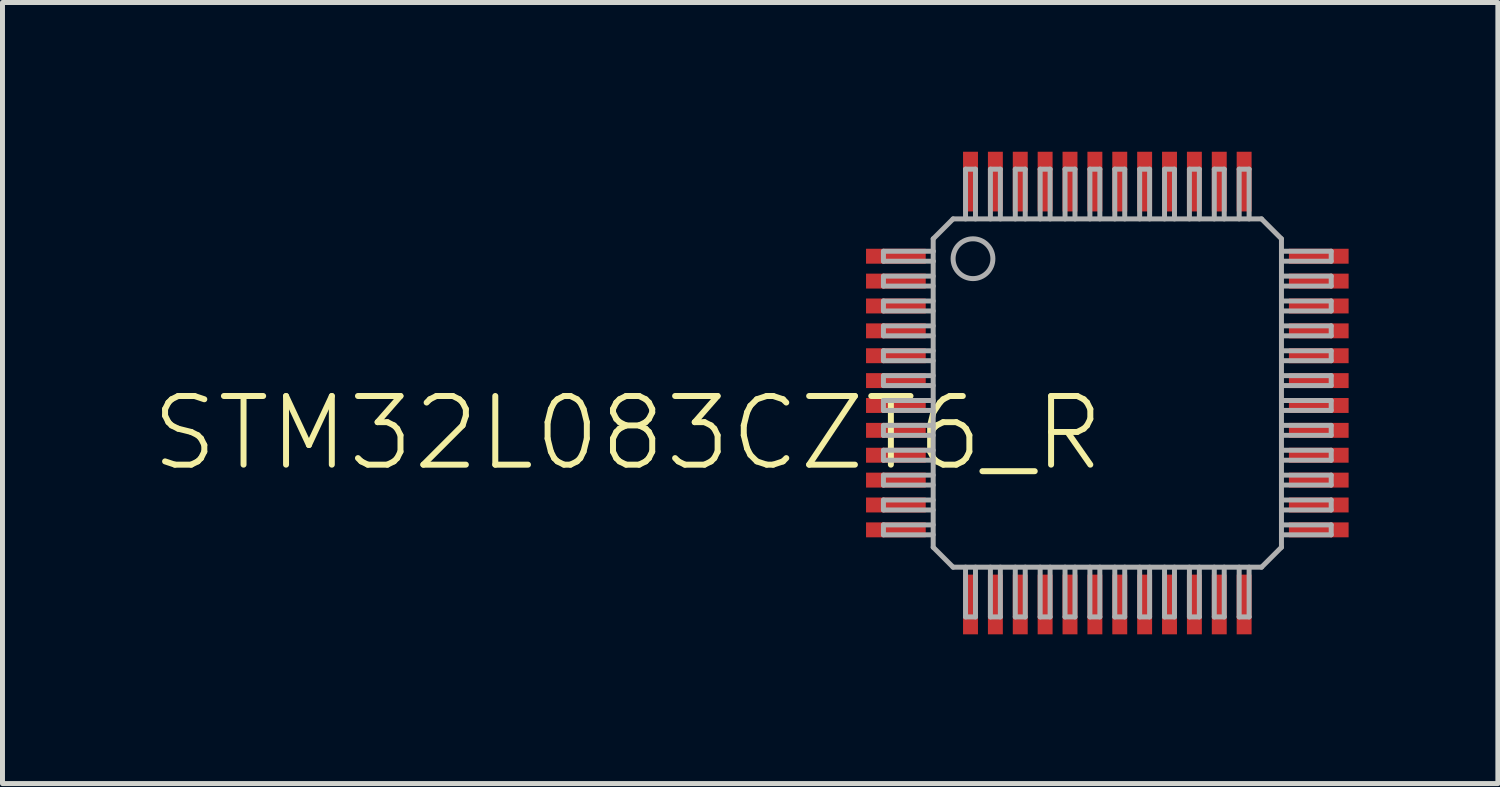
<source format=kicad_pcb>
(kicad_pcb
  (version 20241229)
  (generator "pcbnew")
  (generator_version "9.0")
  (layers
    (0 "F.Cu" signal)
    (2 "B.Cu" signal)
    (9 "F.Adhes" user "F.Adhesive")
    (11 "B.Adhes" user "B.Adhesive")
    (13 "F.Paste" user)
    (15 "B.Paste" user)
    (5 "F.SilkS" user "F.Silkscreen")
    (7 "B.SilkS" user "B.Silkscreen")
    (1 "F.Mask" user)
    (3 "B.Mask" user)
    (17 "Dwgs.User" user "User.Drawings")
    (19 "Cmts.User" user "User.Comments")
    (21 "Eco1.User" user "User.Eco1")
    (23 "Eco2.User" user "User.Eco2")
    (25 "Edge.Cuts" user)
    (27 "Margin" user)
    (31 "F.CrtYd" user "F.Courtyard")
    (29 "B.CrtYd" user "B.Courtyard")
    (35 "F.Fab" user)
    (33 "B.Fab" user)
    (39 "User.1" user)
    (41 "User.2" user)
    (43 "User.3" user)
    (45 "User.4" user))
  (footprint "STM32L083CZT6_R"
    (layer "F.Cu")
    (at 19.207 4.85)
    (property "Reference" "STM32L083CZT6_R" (at 0 0 0) (unlocked yes) (layer "F.SilkS") (effects (font (size 1.38 1.38) (thickness 0.12)) (justify right top)))
    (fp_line (start -4.5 -2.85) (end -4.5 -2.65) (stroke (width 0.1) (type solid)) (layer "F.Fab"))
    (fp_line (start -4.5 -2.65) (end -3.5 -2.65) (stroke (width 0.1) (type solid)) (layer "F.Fab"))
    (fp_line (start -4.5 -2.35) (end -4.5 -2.15) (stroke (width 0.1) (type solid)) (layer "F.Fab"))
    (fp_line (start -4.5 -2.15) (end -3.5 -2.15) (stroke (width 0.1) (type solid)) (layer "F.Fab"))
    (fp_line (start -4.5 -1.85) (end -4.5 -1.65) (stroke (width 0.1) (type solid)) (layer "F.Fab"))
    (fp_line (start -4.5 -1.65) (end -3.5 -1.65) (stroke (width 0.1) (type solid)) (layer "F.Fab"))
    (fp_line (start -4.5 -1.35) (end -4.5 -1.15) (stroke (width 0.1) (type solid)) (layer "F.Fab"))
    (fp_line (start -4.5 -1.15) (end -3.5 -1.15) (stroke (width 0.1) (type solid)) (layer "F.Fab"))
    (fp_line (start -4.5 -0.85) (end -4.5 -0.65) (stroke (width 0.1) (type solid)) (layer "F.Fab"))
    (fp_line (start -4.5 -0.65) (end -3.5 -0.65) (stroke (width 0.1) (type solid)) (layer "F.Fab"))
    (fp_line (start -4.5 -0.35) (end -4.5 -0.15) (stroke (width 0.1) (type solid)) (layer "F.Fab"))
    (fp_line (start -4.5 -0.15) (end -3.5 -0.15) (stroke (width 0.1) (type solid)) (layer "F.Fab"))
    (fp_line (start -4.5 0.15) (end -4.5 0.35) (stroke (width 0.1) (type solid)) (layer "F.Fab"))
    (fp_line (start -4.5 0.35) (end -3.5 0.35) (stroke (width 0.1) (type solid)) (layer "F.Fab"))
    (fp_line (start -4.5 0.65) (end -4.5 0.85) (stroke (width 0.1) (type solid)) (layer "F.Fab"))
    (fp_line (start -4.5 0.85) (end -3.5 0.85) (stroke (width 0.1) (type solid)) (layer "F.Fab"))
    (fp_line (start -4.5 1.15) (end -4.5 1.35) (stroke (width 0.1) (type solid)) (layer "F.Fab"))
    (fp_line (start -4.5 1.35) (end -3.5 1.35) (stroke (width 0.1) (type solid)) (layer "F.Fab"))
    (fp_line (start -4.5 1.65) (end -4.5 1.85) (stroke (width 0.1) (type solid)) (layer "F.Fab"))
    (fp_line (start -4.5 1.85) (end -3.5 1.85) (stroke (width 0.1) (type solid)) (layer "F.Fab"))
    (fp_line (start -4.5 2.15) (end -4.5 2.35) (stroke (width 0.1) (type solid)) (layer "F.Fab"))
    (fp_line (start -4.5 2.35) (end -3.5 2.35) (stroke (width 0.1) (type solid)) (layer "F.Fab"))
    (fp_line (start -4.5 2.65) (end -4.5 2.85) (stroke (width 0.1) (type solid)) (layer "F.Fab"))
    (fp_line (start -4.5 2.85) (end -3.5 2.85) (stroke (width 0.1) (type solid)) (layer "F.Fab"))
    (fp_line (start -3.5 -3.1) (end -3.1 -3.5) (stroke (width 0.1) (type solid)) (layer "F.Fab"))
    (fp_line (start -3.5 -2.85) (end -4.5 -2.85) (stroke (width 0.1) (type solid)) (layer "F.Fab"))
    (fp_line (start -3.5 -2.85) (end -3.5 -3.1) (stroke (width 0.1) (type solid)) (layer "F.Fab"))
    (fp_line (start -3.5 -2.65) (end -3.5 -2.85) (stroke (width 0.1) (type solid)) (layer "F.Fab"))
    (fp_line (start -3.5 -2.35) (end -4.5 -2.35) (stroke (width 0.1) (type solid)) (layer "F.Fab"))
    (fp_line (start -3.5 -1.85) (end -4.5 -1.85) (stroke (width 0.1) (type solid)) (layer "F.Fab"))
    (fp_line (start -3.5 -1.35) (end -4.5 -1.35) (stroke (width 0.1) (type solid)) (layer "F.Fab"))
    (fp_line (start -3.5 -0.85) (end -4.5 -0.85) (stroke (width 0.1) (type solid)) (layer "F.Fab"))
    (fp_line (start -3.5 -0.35) (end -4.5 -0.35) (stroke (width 0.1) (type solid)) (layer "F.Fab"))
    (fp_line (start -3.5 0.15) (end -4.5 0.15) (stroke (width 0.1) (type solid)) (layer "F.Fab"))
    (fp_line (start -3.5 0.65) (end -4.5 0.65) (stroke (width 0.1) (type solid)) (layer "F.Fab"))
    (fp_line (start -3.5 1.15) (end -4.5 1.15) (stroke (width 0.1) (type solid)) (layer "F.Fab"))
    (fp_line (start -3.5 1.65) (end -4.5 1.65) (stroke (width 0.1) (type solid)) (layer "F.Fab"))
    (fp_line (start -3.5 2.15) (end -4.5 2.15) (stroke (width 0.1) (type solid)) (layer "F.Fab"))
    (fp_line (start -3.5 2.65) (end -4.5 2.65) (stroke (width 0.1) (type solid)) (layer "F.Fab"))
    (fp_line (start -3.5 3.1) (end -3.5 -2.65) (stroke (width 0.1) (type solid)) (layer "F.Fab"))
    (fp_line (start -3.1 -3.5) (end 3.1 -3.5) (stroke (width 0.1) (type solid)) (layer "F.Fab"))
    (fp_line (start -3.1 3.5) (end -3.5 3.1) (stroke (width 0.1) (type solid)) (layer "F.Fab"))
    (fp_line (start -2.85 -4.5) (end -2.85 -3.5) (stroke (width 0.1) (type solid)) (layer "F.Fab"))
    (fp_line (start -2.85 3.5) (end -2.85 4.5) (stroke (width 0.1) (type solid)) (layer "F.Fab"))
    (fp_line (start -2.85 4.5) (end -2.65 4.5) (stroke (width 0.1) (type solid)) (layer "F.Fab"))
    (fp_line (start -2.65 -4.5) (end -2.85 -4.5) (stroke (width 0.1) (type solid)) (layer "F.Fab"))
    (fp_line (start -2.65 -3.5) (end -2.65 -4.5) (stroke (width 0.1) (type solid)) (layer "F.Fab"))
    (fp_line (start -2.65 4.5) (end -2.65 3.5) (stroke (width 0.1) (type solid)) (layer "F.Fab"))
    (fp_line (start -2.35 -4.5) (end -2.35 -3.5) (stroke (width 0.1) (type solid)) (layer "F.Fab"))
    (fp_line (start -2.35 3.5) (end -2.35 4.5) (stroke (width 0.1) (type solid)) (layer "F.Fab"))
    (fp_line (start -2.35 4.5) (end -2.15 4.5) (stroke (width 0.1) (type solid)) (layer "F.Fab"))
    (fp_line (start -2.15 -4.5) (end -2.35 -4.5) (stroke (width 0.1) (type solid)) (layer "F.Fab"))
    (fp_line (start -2.15 -3.5) (end -2.15 -4.5) (stroke (width 0.1) (type solid)) (layer "F.Fab"))
    (fp_line (start -2.15 4.5) (end -2.15 3.5) (stroke (width 0.1) (type solid)) (layer "F.Fab"))
    (fp_line (start -1.85 -4.5) (end -1.85 -3.5) (stroke (width 0.1) (type solid)) (layer "F.Fab"))
    (fp_line (start -1.85 3.5) (end -1.85 4.5) (stroke (width 0.1) (type solid)) (layer "F.Fab"))
    (fp_line (start -1.85 4.5) (end -1.65 4.5) (stroke (width 0.1) (type solid)) (layer "F.Fab"))
    (fp_line (start -1.65 -4.5) (end -1.85 -4.5) (stroke (width 0.1) (type solid)) (layer "F.Fab"))
    (fp_line (start -1.65 -3.5) (end -1.65 -4.5) (stroke (width 0.1) (type solid)) (layer "F.Fab"))
    (fp_line (start -1.65 4.5) (end -1.65 3.5) (stroke (width 0.1) (type solid)) (layer "F.Fab"))
    (fp_line (start -1.35 -4.5) (end -1.35 -3.5) (stroke (width 0.1) (type solid)) (layer "F.Fab"))
    (fp_line (start -1.35 3.5) (end -1.35 4.5) (stroke (width 0.1) (type solid)) (layer "F.Fab"))
    (fp_line (start -1.35 4.5) (end -1.15 4.5) (stroke (width 0.1) (type solid)) (layer "F.Fab"))
    (fp_line (start -1.15 -4.5) (end -1.35 -4.5) (stroke (width 0.1) (type solid)) (layer "F.Fab"))
    (fp_line (start -1.15 -3.5) (end -1.15 -4.5) (stroke (width 0.1) (type solid)) (layer "F.Fab"))
    (fp_line (start -1.15 4.5) (end -1.15 3.5) (stroke (width 0.1) (type solid)) (layer "F.Fab"))
    (fp_line (start -0.85 -4.5) (end -0.85 -3.5) (stroke (width 0.1) (type solid)) (layer "F.Fab"))
    (fp_line (start -0.85 3.5) (end -0.85 4.5) (stroke (width 0.1) (type solid)) (layer "F.Fab"))
    (fp_line (start -0.85 4.5) (end -0.65 4.5) (stroke (width 0.1) (type solid)) (layer "F.Fab"))
    (fp_line (start -0.65 -4.5) (end -0.85 -4.5) (stroke (width 0.1) (type solid)) (layer "F.Fab"))
    (fp_line (start -0.65 -3.5) (end -0.65 -4.5) (stroke (width 0.1) (type solid)) (layer "F.Fab"))
    (fp_line (start -0.65 4.5) (end -0.65 3.5) (stroke (width 0.1) (type solid)) (layer "F.Fab"))
    (fp_line (start -0.35 -4.5) (end -0.35 -3.5) (stroke (width 0.1) (type solid)) (layer "F.Fab"))
    (fp_line (start -0.35 3.5) (end -0.35 4.5) (stroke (width 0.1) (type solid)) (layer "F.Fab"))
    (fp_line (start -0.35 4.5) (end -0.15 4.5) (stroke (width 0.1) (type solid)) (layer "F.Fab"))
    (fp_line (start -0.15 -4.5) (end -0.35 -4.5) (stroke (width 0.1) (type solid)) (layer "F.Fab"))
    (fp_line (start -0.15 -3.5) (end -0.15 -4.5) (stroke (width 0.1) (type solid)) (layer "F.Fab"))
    (fp_line (start -0.15 4.5) (end -0.15 3.5) (stroke (width 0.1) (type solid)) (layer "F.Fab"))
    (fp_line (start 0.15 -4.5) (end 0.15 -3.5) (stroke (width 0.1) (type solid)) (layer "F.Fab"))
    (fp_line (start 0.15 3.5) (end 0.15 4.5) (stroke (width 0.1) (type solid)) (layer "F.Fab"))
    (fp_line (start 0.15 4.5) (end 0.35 4.5) (stroke (width 0.1) (type solid)) (layer "F.Fab"))
    (fp_line (start 0.35 -4.5) (end 0.15 -4.5) (stroke (width 0.1) (type solid)) (layer "F.Fab"))
    (fp_line (start 0.35 -3.5) (end 0.35 -4.5) (stroke (width 0.1) (type solid)) (layer "F.Fab"))
    (fp_line (start 0.35 4.5) (end 0.35 3.5) (stroke (width 0.1) (type solid)) (layer "F.Fab"))
    (fp_line (start 0.65 -4.5) (end 0.65 -3.5) (stroke (width 0.1) (type solid)) (layer "F.Fab"))
    (fp_line (start 0.65 3.5) (end 0.65 4.5) (stroke (width 0.1) (type solid)) (layer "F.Fab"))
    (fp_line (start 0.65 4.5) (end 0.85 4.5) (stroke (width 0.1) (type solid)) (layer "F.Fab"))
    (fp_line (start 0.85 -4.5) (end 0.65 -4.5) (stroke (width 0.1) (type solid)) (layer "F.Fab"))
    (fp_line (start 0.85 -3.5) (end 0.85 -4.5) (stroke (width 0.1) (type solid)) (layer "F.Fab"))
    (fp_line (start 0.85 4.5) (end 0.85 3.5) (stroke (width 0.1) (type solid)) (layer "F.Fab"))
    (fp_line (start 1.15 -4.5) (end 1.15 -3.5) (stroke (width 0.1) (type solid)) (layer "F.Fab"))
    (fp_line (start 1.15 3.5) (end 1.15 4.5) (stroke (width 0.1) (type solid)) (layer "F.Fab"))
    (fp_line (start 1.15 4.5) (end 1.35 4.5) (stroke (width 0.1) (type solid)) (layer "F.Fab"))
    (fp_line (start 1.35 -4.5) (end 1.15 -4.5) (stroke (width 0.1) (type solid)) (layer "F.Fab"))
    (fp_line (start 1.35 -3.5) (end 1.35 -4.5) (stroke (width 0.1) (type solid)) (layer "F.Fab"))
    (fp_line (start 1.35 4.5) (end 1.35 3.5) (stroke (width 0.1) (type solid)) (layer "F.Fab"))
    (fp_line (start 1.65 -4.5) (end 1.65 -3.5) (stroke (width 0.1) (type solid)) (layer "F.Fab"))
    (fp_line (start 1.65 3.5) (end 1.65 4.5) (stroke (width 0.1) (type solid)) (layer "F.Fab"))
    (fp_line (start 1.65 4.5) (end 1.85 4.5) (stroke (width 0.1) (type solid)) (layer "F.Fab"))
    (fp_line (start 1.85 -4.5) (end 1.65 -4.5) (stroke (width 0.1) (type solid)) (layer "F.Fab"))
    (fp_line (start 1.85 -3.5) (end 1.85 -4.5) (stroke (width 0.1) (type solid)) (layer "F.Fab"))
    (fp_line (start 1.85 4.5) (end 1.85 3.5) (stroke (width 0.1) (type solid)) (layer "F.Fab"))
    (fp_line (start 2.15 -4.5) (end 2.15 -3.5) (stroke (width 0.1) (type solid)) (layer "F.Fab"))
    (fp_line (start 2.15 3.5) (end 2.15 4.5) (stroke (width 0.1) (type solid)) (layer "F.Fab"))
    (fp_line (start 2.15 4.5) (end 2.35 4.5) (stroke (width 0.1) (type solid)) (layer "F.Fab"))
    (fp_line (start 2.35 -4.5) (end 2.15 -4.5) (stroke (width 0.1) (type solid)) (layer "F.Fab"))
    (fp_line (start 2.35 -3.5) (end 2.35 -4.5) (stroke (width 0.1) (type solid)) (layer "F.Fab"))
    (fp_line (start 2.35 4.5) (end 2.35 3.5) (stroke (width 0.1) (type solid)) (layer "F.Fab"))
    (fp_line (start 2.65 -4.5) (end 2.65 -3.5) (stroke (width 0.1) (type solid)) (layer "F.Fab"))
    (fp_line (start 2.65 3.5) (end 2.65 4.5) (stroke (width 0.1) (type solid)) (layer "F.Fab"))
    (fp_line (start 2.65 4.5) (end 2.85 4.5) (stroke (width 0.1) (type solid)) (layer "F.Fab"))
    (fp_line (start 2.85 -4.5) (end 2.65 -4.5) (stroke (width 0.1) (type solid)) (layer "F.Fab"))
    (fp_line (start 2.85 -3.5) (end 2.85 -4.5) (stroke (width 0.1) (type solid)) (layer "F.Fab"))
    (fp_line (start 2.85 4.5) (end 2.85 3.5) (stroke (width 0.1) (type solid)) (layer "F.Fab"))
    (fp_line (start 3.1 3.5) (end -3.1 3.5) (stroke (width 0.1) (type solid)) (layer "F.Fab"))
    (fp_line (start 3.5 -3.1) (end 3.1 -3.5) (stroke (width 0.1) (type solid)) (layer "F.Fab"))
    (fp_line (start 3.5 -3.1) (end 3.5 3.1) (stroke (width 0.1) (type solid)) (layer "F.Fab"))
    (fp_line (start 3.5 -2.65) (end 4.5 -2.65) (stroke (width 0.1) (type solid)) (layer "F.Fab"))
    (fp_line (start 3.5 -2.15) (end 4.5 -2.15) (stroke (width 0.1) (type solid)) (layer "F.Fab"))
    (fp_line (start 3.5 -1.65) (end 4.5 -1.65) (stroke (width 0.1) (type solid)) (layer "F.Fab"))
    (fp_line (start 3.5 -1.15) (end 4.5 -1.15) (stroke (width 0.1) (type solid)) (layer "F.Fab"))
    (fp_line (start 3.5 -0.65) (end 4.5 -0.65) (stroke (width 0.1) (type solid)) (layer "F.Fab"))
    (fp_line (start 3.5 -0.15) (end 4.5 -0.15) (stroke (width 0.1) (type solid)) (layer "F.Fab"))
    (fp_line (start 3.5 0.35) (end 4.5 0.35) (stroke (width 0.1) (type solid)) (layer "F.Fab"))
    (fp_line (start 3.5 0.85) (end 4.5 0.85) (stroke (width 0.1) (type solid)) (layer "F.Fab"))
    (fp_line (start 3.5 1.35) (end 4.5 1.35) (stroke (width 0.1) (type solid)) (layer "F.Fab"))
    (fp_line (start 3.5 1.85) (end 4.5 1.85) (stroke (width 0.1) (type solid)) (layer "F.Fab"))
    (fp_line (start 3.5 2.35) (end 4.5 2.35) (stroke (width 0.1) (type solid)) (layer "F.Fab"))
    (fp_line (start 3.5 2.85) (end 4.5 2.85) (stroke (width 0.1) (type solid)) (layer "F.Fab"))
    (fp_line (start 3.5 3.1) (end 3.1 3.5) (stroke (width 0.1) (type solid)) (layer "F.Fab"))
    (fp_line (start 4.5 -2.85) (end 3.5 -2.85) (stroke (width 0.1) (type solid)) (layer "F.Fab"))
    (fp_line (start 4.5 -2.65) (end 4.5 -2.85) (stroke (width 0.1) (type solid)) (layer "F.Fab"))
    (fp_line (start 4.5 -2.35) (end 3.5 -2.35) (stroke (width 0.1) (type solid)) (layer "F.Fab"))
    (fp_line (start 4.5 -2.15) (end 4.5 -2.35) (stroke (width 0.1) (type solid)) (layer "F.Fab"))
    (fp_line (start 4.5 -1.85) (end 3.5 -1.85) (stroke (width 0.1) (type solid)) (layer "F.Fab"))
    (fp_line (start 4.5 -1.65) (end 4.5 -1.85) (stroke (width 0.1) (type solid)) (layer "F.Fab"))
    (fp_line (start 4.5 -1.35) (end 3.5 -1.35) (stroke (width 0.1) (type solid)) (layer "F.Fab"))
    (fp_line (start 4.5 -1.15) (end 4.5 -1.35) (stroke (width 0.1) (type solid)) (layer "F.Fab"))
    (fp_line (start 4.5 -0.85) (end 3.5 -0.85) (stroke (width 0.1) (type solid)) (layer "F.Fab"))
    (fp_line (start 4.5 -0.65) (end 4.5 -0.85) (stroke (width 0.1) (type solid)) (layer "F.Fab"))
    (fp_line (start 4.5 -0.35) (end 3.5 -0.35) (stroke (width 0.1) (type solid)) (layer "F.Fab"))
    (fp_line (start 4.5 -0.15) (end 4.5 -0.35) (stroke (width 0.1) (type solid)) (layer "F.Fab"))
    (fp_line (start 4.5 0.15) (end 3.5 0.15) (stroke (width 0.1) (type solid)) (layer "F.Fab"))
    (fp_line (start 4.5 0.35) (end 4.5 0.15) (stroke (width 0.1) (type solid)) (layer "F.Fab"))
    (fp_line (start 4.5 0.65) (end 3.5 0.65) (stroke (width 0.1) (type solid)) (layer "F.Fab"))
    (fp_line (start 4.5 0.85) (end 4.5 0.65) (stroke (width 0.1) (type solid)) (layer "F.Fab"))
    (fp_line (start 4.5 1.15) (end 3.5 1.15) (stroke (width 0.1) (type solid)) (layer "F.Fab"))
    (fp_line (start 4.5 1.35) (end 4.5 1.15) (stroke (width 0.1) (type solid)) (layer "F.Fab"))
    (fp_line (start 4.5 1.65) (end 3.5 1.65) (stroke (width 0.1) (type solid)) (layer "F.Fab"))
    (fp_line (start 4.5 1.85) (end 4.5 1.65) (stroke (width 0.1) (type solid)) (layer "F.Fab"))
    (fp_line (start 4.5 2.15) (end 3.5 2.15) (stroke (width 0.1) (type solid)) (layer "F.Fab"))
    (fp_line (start 4.5 2.35) (end 4.5 2.15) (stroke (width 0.1) (type solid)) (layer "F.Fab"))
    (fp_line (start 4.5 2.65) (end 3.5 2.65) (stroke (width 0.1) (type solid)) (layer "F.Fab"))
    (fp_line (start 4.5 2.85) (end 4.5 2.65) (stroke (width 0.1) (type solid)) (layer "F.Fab"))
    (fp_circle (center -2.7 -2.7) (end -2.3 -2.7) (stroke (width 0.1) (type solid)) (fill no) (layer "F.Fab"))
    (pad "1" smd rect (at -4.25 -2.75 270) (size 0.3 1.2) (layers "F.Cu" "F.Mask" "F.Paste"))
    (pad "2" smd rect (at -4.25 -2.25 270) (size 0.3 1.2) (layers "F.Cu" "F.Mask" "F.Paste"))
    (pad "3" smd rect (at -4.25 -1.75 270) (size 0.3 1.2) (layers "F.Cu" "F.Mask" "F.Paste"))
    (pad "4" smd rect (at -4.25 -1.25 270) (size 0.3 1.2) (layers "F.Cu" "F.Mask" "F.Paste"))
    (pad "5" smd rect (at -4.25 -0.75 270) (size 0.3 1.2) (layers "F.Cu" "F.Mask" "F.Paste"))
    (pad "6" smd rect (at -4.25 -0.25 270) (size 0.3 1.2) (layers "F.Cu" "F.Mask" "F.Paste"))
    (pad "7" smd rect (at -4.25 0.25 270) (size 0.3 1.2) (layers "F.Cu" "F.Mask" "F.Paste"))
    (pad "8" smd rect (at -4.25 0.75 270) (size 0.3 1.2) (layers "F.Cu" "F.Mask" "F.Paste"))
    (pad "9" smd rect (at -4.25 1.25 270) (size 0.3 1.2) (layers "F.Cu" "F.Mask" "F.Paste"))
    (pad "10" smd rect (at -4.25 1.75 270) (size 0.3 1.2) (layers "F.Cu" "F.Mask" "F.Paste"))
    (pad "11" smd rect (at -4.25 2.25 270) (size 0.3 1.2) (layers "F.Cu" "F.Mask" "F.Paste"))
    (pad "12" smd rect (at -4.25 2.75 270) (size 0.3 1.2) (layers "F.Cu" "F.Mask" "F.Paste"))
    (pad "13" smd rect (at -2.75 4.25 270) (size 1.2 0.3) (layers "F.Cu" "F.Mask" "F.Paste"))
    (pad "14" smd rect (at -2.25 4.25 270) (size 1.2 0.3) (layers "F.Cu" "F.Mask" "F.Paste"))
    (pad "15" smd rect (at -1.75 4.25 270) (size 1.2 0.3) (layers "F.Cu" "F.Mask" "F.Paste"))
    (pad "16" smd rect (at -1.25 4.25 270) (size 1.2 0.3) (layers "F.Cu" "F.Mask" "F.Paste"))
    (pad "17" smd rect (at -0.75 4.25 270) (size 1.2 0.3) (layers "F.Cu" "F.Mask" "F.Paste"))
    (pad "18" smd rect (at -0.25 4.25 270) (size 1.2 0.3) (layers "F.Cu" "F.Mask" "F.Paste"))
    (pad "19" smd rect (at 0.25 4.25 270) (size 1.2 0.3) (layers "F.Cu" "F.Mask" "F.Paste"))
    (pad "20" smd rect (at 0.75 4.25 270) (size 1.2 0.3) (layers "F.Cu" "F.Mask" "F.Paste"))
    (pad "21" smd rect (at 1.25 4.25 270) (size 1.2 0.3) (layers "F.Cu" "F.Mask" "F.Paste"))
    (pad "22" smd rect (at 1.75 4.25 270) (size 1.2 0.3) (layers "F.Cu" "F.Mask" "F.Paste"))
    (pad "23" smd rect (at 2.25 4.25 270) (size 1.2 0.3) (layers "F.Cu" "F.Mask" "F.Paste"))
    (pad "24" smd rect (at 2.75 4.25 270) (size 1.2 0.3) (layers "F.Cu" "F.Mask" "F.Paste"))
    (pad "25" smd rect (at 4.25 2.75 270) (size 0.3 1.2) (layers "F.Cu" "F.Mask" "F.Paste"))
    (pad "26" smd rect (at 4.25 2.25 270) (size 0.3 1.2) (layers "F.Cu" "F.Mask" "F.Paste"))
    (pad "27" smd rect (at 4.25 1.75 270) (size 0.3 1.2) (layers "F.Cu" "F.Mask" "F.Paste"))
    (pad "28" smd rect (at 4.25 1.25 270) (size 0.3 1.2) (layers "F.Cu" "F.Mask" "F.Paste"))
    (pad "29" smd rect (at 4.25 0.75 270) (size 0.3 1.2) (layers "F.Cu" "F.Mask" "F.Paste"))
    (pad "30" smd rect (at 4.25 0.25 270) (size 0.3 1.2) (layers "F.Cu" "F.Mask" "F.Paste"))
    (pad "31" smd rect (at 4.25 -0.25 270) (size 0.3 1.2) (layers "F.Cu" "F.Mask" "F.Paste"))
    (pad "32" smd rect (at 4.25 -0.75 270) (size 0.3 1.2) (layers "F.Cu" "F.Mask" "F.Paste"))
    (pad "33" smd rect (at 4.25 -1.25 270) (size 0.3 1.2) (layers "F.Cu" "F.Mask" "F.Paste"))
    (pad "34" smd rect (at 4.25 -1.75 270) (size 0.3 1.2) (layers "F.Cu" "F.Mask" "F.Paste"))
    (pad "35" smd rect (at 4.25 -2.25 270) (size 0.3 1.2) (layers "F.Cu" "F.Mask" "F.Paste"))
    (pad "36" smd rect (at 4.25 -2.75 270) (size 0.3 1.2) (layers "F.Cu" "F.Mask" "F.Paste"))
    (pad "37" smd rect (at 2.75 -4.25 270) (size 1.2 0.3) (layers "F.Cu" "F.Mask" "F.Paste"))
    (pad "38" smd rect (at 2.25 -4.25 270) (size 1.2 0.3) (layers "F.Cu" "F.Mask" "F.Paste"))
    (pad "39" smd rect (at 1.75 -4.25 270) (size 1.2 0.3) (layers "F.Cu" "F.Mask" "F.Paste"))
    (pad "40" smd rect (at 1.25 -4.25 270) (size 1.2 0.3) (layers "F.Cu" "F.Mask" "F.Paste"))
    (pad "41" smd rect (at 0.75 -4.25 270) (size 1.2 0.3) (layers "F.Cu" "F.Mask" "F.Paste"))
    (pad "42" smd rect (at 0.25 -4.25 270) (size 1.2 0.3) (layers "F.Cu" "F.Mask" "F.Paste"))
    (pad "43" smd rect (at -0.25 -4.25 270) (size 1.2 0.3) (layers "F.Cu" "F.Mask" "F.Paste"))
    (pad "44" smd rect (at -0.75 -4.25 270) (size 1.2 0.3) (layers "F.Cu" "F.Mask" "F.Paste"))
    (pad "45" smd rect (at -1.25 -4.25 270) (size 1.2 0.3) (layers "F.Cu" "F.Mask" "F.Paste"))
    (pad "46" smd rect (at -1.75 -4.25 270) (size 1.2 0.3) (layers "F.Cu" "F.Mask" "F.Paste"))
    (pad "47" smd rect (at -2.25 -4.25 270) (size 1.2 0.3) (layers "F.Cu" "F.Mask" "F.Paste"))
    (pad "48" smd rect (at -2.75 -4.25 270) (size 1.2 0.3) (layers "F.Cu" "F.Mask" "F.Paste")))
  (gr_rect
    (start -3 -3)
    (end 27.057 12.7)
    (stroke (width 0.1) (type default))
    (fill no)
    (layer "Edge.Cuts")))
</source>
